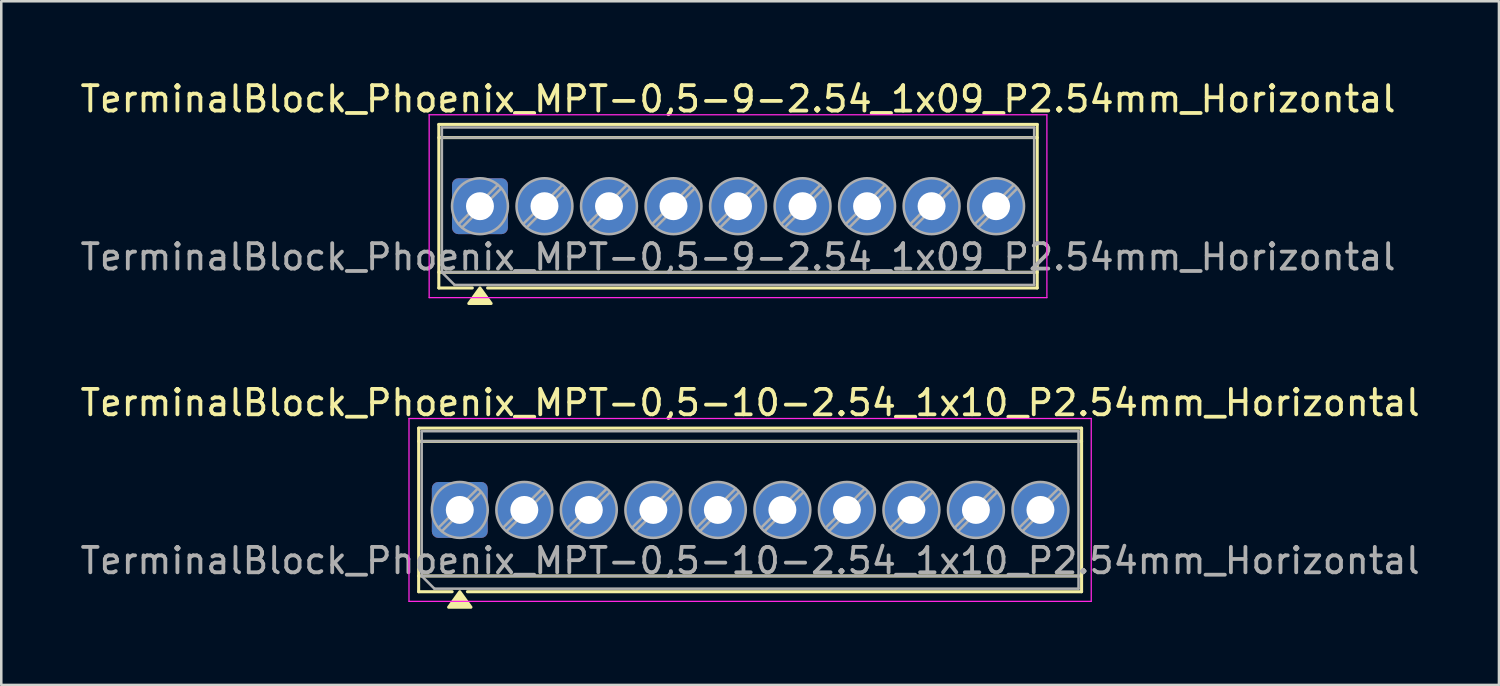
<source format=kicad_pcb>
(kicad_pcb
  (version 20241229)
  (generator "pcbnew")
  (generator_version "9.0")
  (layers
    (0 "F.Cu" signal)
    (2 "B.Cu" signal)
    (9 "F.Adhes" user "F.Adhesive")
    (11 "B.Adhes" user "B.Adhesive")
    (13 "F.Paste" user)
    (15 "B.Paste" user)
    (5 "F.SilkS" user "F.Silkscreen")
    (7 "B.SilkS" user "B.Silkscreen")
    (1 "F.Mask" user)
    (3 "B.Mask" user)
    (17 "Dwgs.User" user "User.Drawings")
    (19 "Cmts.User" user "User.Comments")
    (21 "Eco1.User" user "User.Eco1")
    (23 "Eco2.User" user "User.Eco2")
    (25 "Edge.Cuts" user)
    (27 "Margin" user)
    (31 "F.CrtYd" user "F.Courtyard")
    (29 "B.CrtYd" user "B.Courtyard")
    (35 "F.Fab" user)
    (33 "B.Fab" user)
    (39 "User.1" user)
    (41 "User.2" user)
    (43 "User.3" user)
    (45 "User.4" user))
  (footprint "TerminalBlock_Phoenix_MPT-0,5-9-2.54_1x09_P2.54mm_Horizontal"
    (layer "F.Cu")
    (at 15.846 5.068)
    (property "Reference" "TerminalBlock_Phoenix_MPT-0,5-9-2.54_1x09_P2.54mm_Horizontal" (at 10.16 -4.22 0) (layer "F.SilkS") (effects (font (size 1 1) (thickness 0.15))))
    (attr through_hole)
    (fp_line (start -1.62 -3.22) (end -1.62 3.22) (stroke (width 0.12) (type solid)) (layer "F.SilkS"))
    (fp_line (start -1.62 -3.22) (end 21.94 -3.22) (stroke (width 0.12) (type solid)) (layer "F.SilkS"))
    (fp_line (start -1.62 -2.7) (end 21.94 -2.7) (stroke (width 0.12) (type solid)) (layer "F.SilkS"))
    (fp_line (start -1.62 2.6) (end 21.94 2.6) (stroke (width 0.12) (type solid)) (layer "F.SilkS"))
    (fp_line (start -1.62 3.22) (end -0.3 3.22) (stroke (width 0.12) (type solid)) (layer "F.SilkS"))
    (fp_line (start 0.3 3.22) (end 21.94 3.22) (stroke (width 0.12) (type solid)) (layer "F.SilkS"))
    (fp_line (start 21.94 -3.22) (end 21.94 3.22) (stroke (width 0.12) (type solid)) (layer "F.SilkS"))
    (fp_poly (pts (xy 0 3.22) (xy 0.44 3.83) (xy -0.44 3.83)) (stroke (width 0.12) (type solid)) (fill yes) (layer "F.SilkS"))
    (fp_line (start -2 -3.6) (end -2 3.6) (stroke (width 0.05) (type solid)) (layer "F.CrtYd"))
    (fp_line (start -2 3.6) (end 22.32 3.6) (stroke (width 0.05) (type solid)) (layer "F.CrtYd"))
    (fp_line (start 22.32 -3.6) (end -2 -3.6) (stroke (width 0.05) (type solid)) (layer "F.CrtYd"))
    (fp_line (start 22.32 3.6) (end 22.32 -3.6) (stroke (width 0.05) (type solid)) (layer "F.CrtYd"))
    (fp_line (start -1.5 -3.1) (end 21.82 -3.1) (stroke (width 0.1) (type solid)) (layer "F.Fab"))
    (fp_line (start -1.5 -2.7) (end 21.82 -2.7) (stroke (width 0.1) (type solid)) (layer "F.Fab"))
    (fp_line (start -1.5 2.6) (end -1.5 -3.1) (stroke (width 0.1) (type solid)) (layer "F.Fab"))
    (fp_line (start -1.5 2.6) (end 21.82 2.6) (stroke (width 0.1) (type solid)) (layer "F.Fab"))
    (fp_line (start -1 3.1) (end -1.5 2.6) (stroke (width 0.1) (type solid)) (layer "F.Fab"))
    (fp_line (start 0.7 -0.834) (end -0.834 0.7) (stroke (width 0.1) (type solid)) (layer "F.Fab"))
    (fp_line (start 0.834 -0.7) (end -0.7 0.834) (stroke (width 0.1) (type solid)) (layer "F.Fab"))
    (fp_line (start 3.24 -0.834) (end 1.706 0.7) (stroke (width 0.1) (type solid)) (layer "F.Fab"))
    (fp_line (start 3.374 -0.7) (end 1.84 0.834) (stroke (width 0.1) (type solid)) (layer "F.Fab"))
    (fp_line (start 5.78 -0.834) (end 4.246 0.7) (stroke (width 0.1) (type solid)) (layer "F.Fab"))
    (fp_line (start 5.914 -0.7) (end 4.38 0.834) (stroke (width 0.1) (type solid)) (layer "F.Fab"))
    (fp_line (start 8.32 -0.834) (end 6.786 0.7) (stroke (width 0.1) (type solid)) (layer "F.Fab"))
    (fp_line (start 8.454 -0.7) (end 6.92 0.834) (stroke (width 0.1) (type solid)) (layer "F.Fab"))
    (fp_line (start 10.86 -0.834) (end 9.326 0.7) (stroke (width 0.1) (type solid)) (layer "F.Fab"))
    (fp_line (start 10.994 -0.7) (end 9.46 0.834) (stroke (width 0.1) (type solid)) (layer "F.Fab"))
    (fp_line (start 13.4 -0.834) (end 11.866 0.7) (stroke (width 0.1) (type solid)) (layer "F.Fab"))
    (fp_line (start 13.534 -0.7) (end 12 0.834) (stroke (width 0.1) (type solid)) (layer "F.Fab"))
    (fp_line (start 15.94 -0.834) (end 14.406 0.7) (stroke (width 0.1) (type solid)) (layer "F.Fab"))
    (fp_line (start 16.074 -0.7) (end 14.54 0.834) (stroke (width 0.1) (type solid)) (layer "F.Fab"))
    (fp_line (start 18.48 -0.834) (end 16.946 0.7) (stroke (width 0.1) (type solid)) (layer "F.Fab"))
    (fp_line (start 18.614 -0.7) (end 17.08 0.834) (stroke (width 0.1) (type solid)) (layer "F.Fab"))
    (fp_line (start 21.02 -0.834) (end 19.486 0.7) (stroke (width 0.1) (type solid)) (layer "F.Fab"))
    (fp_line (start 21.154 -0.7) (end 19.62 0.834) (stroke (width 0.1) (type solid)) (layer "F.Fab"))
    (fp_line (start 21.82 -3.1) (end 21.82 3.1) (stroke (width 0.1) (type solid)) (layer "F.Fab"))
    (fp_line (start 21.82 3.1) (end -1 3.1) (stroke (width 0.1) (type solid)) (layer "F.Fab"))
    (fp_circle (center 0 0) (end 1.1 0) (stroke (width 0.1) (type solid)) (fill no) (layer "F.Fab"))
    (fp_circle (center 2.54 0) (end 3.64 0) (stroke (width 0.1) (type solid)) (fill no) (layer "F.Fab"))
    (fp_circle (center 5.08 0) (end 6.18 0) (stroke (width 0.1) (type solid)) (fill no) (layer "F.Fab"))
    (fp_circle (center 7.62 0) (end 8.72 0) (stroke (width 0.1) (type solid)) (fill no) (layer "F.Fab"))
    (fp_circle (center 10.16 0) (end 11.26 0) (stroke (width 0.1) (type solid)) (fill no) (layer "F.Fab"))
    (fp_circle (center 12.7 0) (end 13.8 0) (stroke (width 0.1) (type solid)) (fill no) (layer "F.Fab"))
    (fp_circle (center 15.24 0) (end 16.34 0) (stroke (width 0.1) (type solid)) (fill no) (layer "F.Fab"))
    (fp_circle (center 17.78 0) (end 18.88 0) (stroke (width 0.1) (type solid)) (fill no) (layer "F.Fab"))
    (fp_circle (center 20.32 0) (end 21.42 0) (stroke (width 0.1) (type solid)) (fill no) (layer "F.Fab"))
    (fp_text user "${REFERENCE}" (at 10.16 2 0) (layer "F.Fab") (effects (font (size 1 1) (thickness 0.15))))
    (pad "1" thru_hole roundrect (at 0 0) (size 2.2 2.2) (drill 1.1) (layers "*.Cu" "*.Mask") (roundrect_rratio 0.114))
    (pad "2" thru_hole circle (at 2.54 0) (size 2.2 2.2) (drill 1.1) (layers "*.Cu" "*.Mask"))
    (pad "3" thru_hole circle (at 5.08 0) (size 2.2 2.2) (drill 1.1) (layers "*.Cu" "*.Mask"))
    (pad "4" thru_hole circle (at 7.62 0) (size 2.2 2.2) (drill 1.1) (layers "*.Cu" "*.Mask"))
    (pad "5" thru_hole circle (at 10.16 0) (size 2.2 2.2) (drill 1.1) (layers "*.Cu" "*.Mask"))
    (pad "6" thru_hole circle (at 12.7 0) (size 2.2 2.2) (drill 1.1) (layers "*.Cu" "*.Mask"))
    (pad "7" thru_hole circle (at 15.24 0) (size 2.2 2.2) (drill 1.1) (layers "*.Cu" "*.Mask"))
    (pad "8" thru_hole circle (at 17.78 0) (size 2.2 2.2) (drill 1.1) (layers "*.Cu" "*.Mask"))
    (pad "9" thru_hole circle (at 20.32 0) (size 2.2 2.2) (drill 1.1) (layers "*.Cu" "*.Mask")))
  (footprint "TerminalBlock_Phoenix_MPT-0,5-10-2.54_1x10_P2.54mm_Horizontal"
    (layer "F.Cu")
    (at 15.052 17.026)
    (property "Reference" "TerminalBlock_Phoenix_MPT-0,5-10-2.54_1x10_P2.54mm_Horizontal" (at 11.43 -4.22 0) (layer "F.SilkS") (effects (font (size 1 1) (thickness 0.15))))
    (attr through_hole)
    (fp_line (start -1.62 -3.22) (end -1.62 3.22) (stroke (width 0.12) (type solid)) (layer "F.SilkS"))
    (fp_line (start -1.62 -3.22) (end 24.48 -3.22) (stroke (width 0.12) (type solid)) (layer "F.SilkS"))
    (fp_line (start -1.62 -2.7) (end 24.48 -2.7) (stroke (width 0.12) (type solid)) (layer "F.SilkS"))
    (fp_line (start -1.62 2.6) (end 24.48 2.6) (stroke (width 0.12) (type solid)) (layer "F.SilkS"))
    (fp_line (start -1.62 3.22) (end -0.3 3.22) (stroke (width 0.12) (type solid)) (layer "F.SilkS"))
    (fp_line (start 0.3 3.22) (end 24.48 3.22) (stroke (width 0.12) (type solid)) (layer "F.SilkS"))
    (fp_line (start 24.48 -3.22) (end 24.48 3.22) (stroke (width 0.12) (type solid)) (layer "F.SilkS"))
    (fp_poly (pts (xy 0 3.22) (xy 0.44 3.83) (xy -0.44 3.83)) (stroke (width 0.12) (type solid)) (fill yes) (layer "F.SilkS"))
    (fp_line (start -2 -3.6) (end -2 3.6) (stroke (width 0.05) (type solid)) (layer "F.CrtYd"))
    (fp_line (start -2 3.6) (end 24.86 3.6) (stroke (width 0.05) (type solid)) (layer "F.CrtYd"))
    (fp_line (start 24.86 -3.6) (end -2 -3.6) (stroke (width 0.05) (type solid)) (layer "F.CrtYd"))
    (fp_line (start 24.86 3.6) (end 24.86 -3.6) (stroke (width 0.05) (type solid)) (layer "F.CrtYd"))
    (fp_line (start -1.5 -3.1) (end 24.36 -3.1) (stroke (width 0.1) (type solid)) (layer "F.Fab"))
    (fp_line (start -1.5 -2.7) (end 24.36 -2.7) (stroke (width 0.1) (type solid)) (layer "F.Fab"))
    (fp_line (start -1.5 2.6) (end -1.5 -3.1) (stroke (width 0.1) (type solid)) (layer "F.Fab"))
    (fp_line (start -1.5 2.6) (end 24.36 2.6) (stroke (width 0.1) (type solid)) (layer "F.Fab"))
    (fp_line (start -1 3.1) (end -1.5 2.6) (stroke (width 0.1) (type solid)) (layer "F.Fab"))
    (fp_line (start 0.7 -0.834) (end -0.834 0.7) (stroke (width 0.1) (type solid)) (layer "F.Fab"))
    (fp_line (start 0.834 -0.7) (end -0.7 0.834) (stroke (width 0.1) (type solid)) (layer "F.Fab"))
    (fp_line (start 3.24 -0.834) (end 1.706 0.7) (stroke (width 0.1) (type solid)) (layer "F.Fab"))
    (fp_line (start 3.374 -0.7) (end 1.84 0.834) (stroke (width 0.1) (type solid)) (layer "F.Fab"))
    (fp_line (start 5.78 -0.834) (end 4.246 0.7) (stroke (width 0.1) (type solid)) (layer "F.Fab"))
    (fp_line (start 5.914 -0.7) (end 4.38 0.834) (stroke (width 0.1) (type solid)) (layer "F.Fab"))
    (fp_line (start 8.32 -0.834) (end 6.786 0.7) (stroke (width 0.1) (type solid)) (layer "F.Fab"))
    (fp_line (start 8.454 -0.7) (end 6.92 0.834) (stroke (width 0.1) (type solid)) (layer "F.Fab"))
    (fp_line (start 10.86 -0.834) (end 9.326 0.7) (stroke (width 0.1) (type solid)) (layer "F.Fab"))
    (fp_line (start 10.994 -0.7) (end 9.46 0.834) (stroke (width 0.1) (type solid)) (layer "F.Fab"))
    (fp_line (start 13.4 -0.834) (end 11.866 0.7) (stroke (width 0.1) (type solid)) (layer "F.Fab"))
    (fp_line (start 13.534 -0.7) (end 12 0.834) (stroke (width 0.1) (type solid)) (layer "F.Fab"))
    (fp_line (start 15.94 -0.834) (end 14.406 0.7) (stroke (width 0.1) (type solid)) (layer "F.Fab"))
    (fp_line (start 16.074 -0.7) (end 14.54 0.834) (stroke (width 0.1) (type solid)) (layer "F.Fab"))
    (fp_line (start 18.48 -0.834) (end 16.946 0.7) (stroke (width 0.1) (type solid)) (layer "F.Fab"))
    (fp_line (start 18.614 -0.7) (end 17.08 0.834) (stroke (width 0.1) (type solid)) (layer "F.Fab"))
    (fp_line (start 21.02 -0.834) (end 19.486 0.7) (stroke (width 0.1) (type solid)) (layer "F.Fab"))
    (fp_line (start 21.154 -0.7) (end 19.62 0.834) (stroke (width 0.1) (type solid)) (layer "F.Fab"))
    (fp_line (start 23.56 -0.834) (end 22.026 0.7) (stroke (width 0.1) (type solid)) (layer "F.Fab"))
    (fp_line (start 23.694 -0.7) (end 22.16 0.834) (stroke (width 0.1) (type solid)) (layer "F.Fab"))
    (fp_line (start 24.36 -3.1) (end 24.36 3.1) (stroke (width 0.1) (type solid)) (layer "F.Fab"))
    (fp_line (start 24.36 3.1) (end -1 3.1) (stroke (width 0.1) (type solid)) (layer "F.Fab"))
    (fp_circle (center 0 0) (end 1.1 0) (stroke (width 0.1) (type solid)) (fill no) (layer "F.Fab"))
    (fp_circle (center 2.54 0) (end 3.64 0) (stroke (width 0.1) (type solid)) (fill no) (layer "F.Fab"))
    (fp_circle (center 5.08 0) (end 6.18 0) (stroke (width 0.1) (type solid)) (fill no) (layer "F.Fab"))
    (fp_circle (center 7.62 0) (end 8.72 0) (stroke (width 0.1) (type solid)) (fill no) (layer "F.Fab"))
    (fp_circle (center 10.16 0) (end 11.26 0) (stroke (width 0.1) (type solid)) (fill no) (layer "F.Fab"))
    (fp_circle (center 12.7 0) (end 13.8 0) (stroke (width 0.1) (type solid)) (fill no) (layer "F.Fab"))
    (fp_circle (center 15.24 0) (end 16.34 0) (stroke (width 0.1) (type solid)) (fill no) (layer "F.Fab"))
    (fp_circle (center 17.78 0) (end 18.88 0) (stroke (width 0.1) (type solid)) (fill no) (layer "F.Fab"))
    (fp_circle (center 20.32 0) (end 21.42 0) (stroke (width 0.1) (type solid)) (fill no) (layer "F.Fab"))
    (fp_circle (center 22.86 0) (end 23.96 0) (stroke (width 0.1) (type solid)) (fill no) (layer "F.Fab"))
    (fp_text user "${REFERENCE}" (at 11.43 2 0) (layer "F.Fab") (effects (font (size 1 1) (thickness 0.15))))
    (pad "1" thru_hole roundrect (at 0 0) (size 2.2 2.2) (drill 1.1) (layers "*.Cu" "*.Mask") (roundrect_rratio 0.114))
    (pad "2" thru_hole circle (at 2.54 0) (size 2.2 2.2) (drill 1.1) (layers "*.Cu" "*.Mask"))
    (pad "3" thru_hole circle (at 5.08 0) (size 2.2 2.2) (drill 1.1) (layers "*.Cu" "*.Mask"))
    (pad "4" thru_hole circle (at 7.62 0) (size 2.2 2.2) (drill 1.1) (layers "*.Cu" "*.Mask"))
    (pad "5" thru_hole circle (at 10.16 0) (size 2.2 2.2) (drill 1.1) (layers "*.Cu" "*.Mask"))
    (pad "6" thru_hole circle (at 12.7 0) (size 2.2 2.2) (drill 1.1) (layers "*.Cu" "*.Mask"))
    (pad "7" thru_hole circle (at 15.24 0) (size 2.2 2.2) (drill 1.1) (layers "*.Cu" "*.Mask"))
    (pad "8" thru_hole circle (at 17.78 0) (size 2.2 2.2) (drill 1.1) (layers "*.Cu" "*.Mask"))
    (pad "9" thru_hole circle (at 20.32 0) (size 2.2 2.2) (drill 1.1) (layers "*.Cu" "*.Mask"))
    (pad "10" thru_hole circle (at 22.86 0) (size 2.2 2.2) (drill 1.1) (layers "*.Cu" "*.Mask")))
  (gr_rect
    (start -3 -3)
    (end 55.964 23.916)
    (stroke (width 0.1) (type default))
    (fill no)
    (layer "Edge.Cuts")))
</source>
